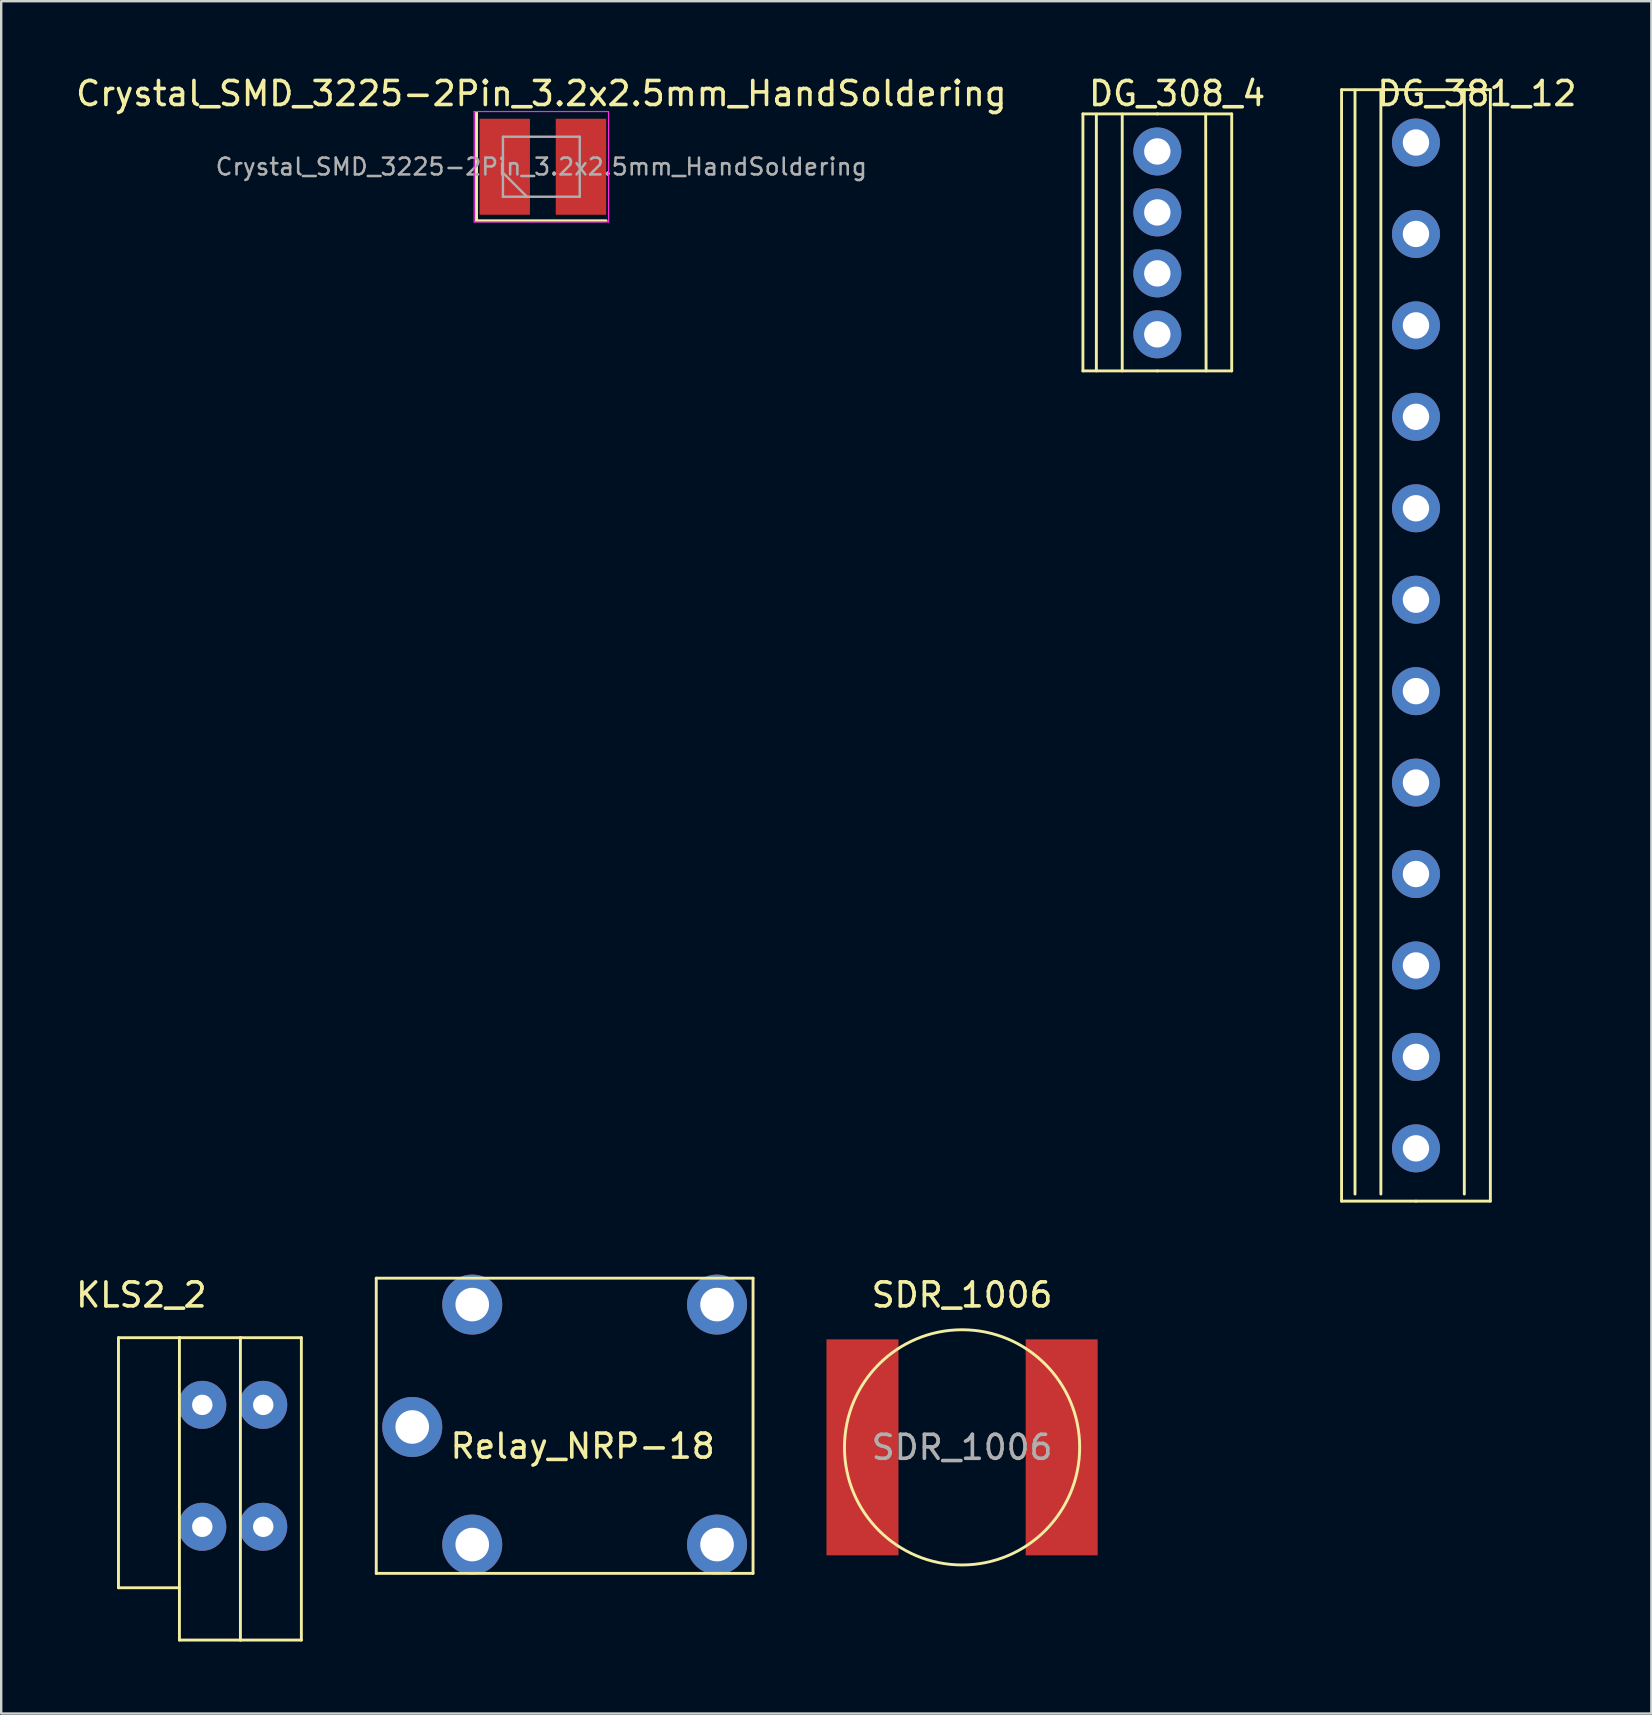
<source format=kicad_pcb>
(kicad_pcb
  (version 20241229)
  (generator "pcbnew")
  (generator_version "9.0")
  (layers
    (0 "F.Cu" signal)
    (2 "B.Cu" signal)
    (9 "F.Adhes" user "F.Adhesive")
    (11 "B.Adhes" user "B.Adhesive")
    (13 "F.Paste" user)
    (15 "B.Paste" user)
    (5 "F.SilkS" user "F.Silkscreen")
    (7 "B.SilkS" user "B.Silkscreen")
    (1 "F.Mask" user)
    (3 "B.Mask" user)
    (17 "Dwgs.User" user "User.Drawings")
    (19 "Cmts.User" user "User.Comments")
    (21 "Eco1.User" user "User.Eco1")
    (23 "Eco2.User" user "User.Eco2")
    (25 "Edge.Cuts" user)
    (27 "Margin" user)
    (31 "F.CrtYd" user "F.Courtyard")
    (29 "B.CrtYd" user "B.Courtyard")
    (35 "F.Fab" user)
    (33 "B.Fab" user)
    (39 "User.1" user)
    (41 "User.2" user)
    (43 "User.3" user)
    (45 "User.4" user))
  (footprint "SDR_1006"
    (layer "F.Cu")
    (at 37.037 57.257)
    (property "Reference" "SDR_1006" (at 0 -6.35 0) (layer "F.SilkS") (effects (font (size 1 1) (thickness 0.15))))
    (attr smd)
    (fp_circle (center 0 0) (end 4.9 0) (stroke (width 0.12) (type solid)) (fill no) (layer "F.SilkS"))
    (fp_text user "${REFERENCE}" (at 0 0 0) (layer "F.Fab") (effects (font (size 1 1) (thickness 0.15))))
    (pad "1" smd rect (at -4.15 0) (size 3 9) (layers "F.Cu" "F.Mask" "F.Paste"))
    (pad "2" smd rect (at 4.15 0) (size 3 9) (layers "F.Cu" "F.Mask" "F.Paste")))
  (footprint "DG_381_12"
    (layer "F.Cu")
    (at 58.489 0.348)
    (property "Reference" "DG_381_12" (at 0 0.5 0) (layer "F.SilkS") (effects (font (size 1 1) (thickness 0.15))))
    (attr through_hole)
    (fp_line (start -5.64 0.34) (end -5.64 46.65) (stroke (width 0.12) (type solid)) (layer "F.SilkS"))
    (fp_line (start -5.08 0.353) (end -5.08 46.355) (stroke (width 0.12) (type solid)) (layer "F.SilkS"))
    (fp_line (start -4.002 0.348) (end -4.002 46.355) (stroke (width 0.12) (type solid)) (layer "F.SilkS"))
    (fp_line (start -2.54 0.34) (end -5.64 0.34) (stroke (width 0.12) (type solid)) (layer "F.SilkS"))
    (fp_line (start -2.54 46.65) (end -5.64 46.65) (stroke (width 0.12) (type solid)) (layer "F.SilkS"))
    (fp_line (start -0.525 0.348) (end -0.525 46.355) (stroke (width 0.12) (type solid)) (layer "F.SilkS"))
    (fp_line (start 0.56 0.34) (end -2.54 0.34) (stroke (width 0.12) (type solid)) (layer "F.SilkS"))
    (fp_line (start 0.56 0.34) (end 0.56 46.65) (stroke (width 0.12) (type solid)) (layer "F.SilkS"))
    (fp_line (start 0.56 46.65) (end -2.54 46.65) (stroke (width 0.12) (type solid)) (layer "F.SilkS"))
    (pad "1" thru_hole circle (at -2.54 2.54) (size 2 2) (drill 1.1) (layers "*.Cu" "*.Mask"))
    (pad "2" thru_hole circle (at -2.54 6.35) (size 2 2) (drill 1.1) (layers "*.Cu" "*.Mask"))
    (pad "3" thru_hole circle (at -2.54 10.16) (size 2 2) (drill 1.1) (layers "*.Cu" "*.Mask"))
    (pad "4" thru_hole circle (at -2.54 13.97) (size 2 2) (drill 1.1) (layers "*.Cu" "*.Mask"))
    (pad "5" thru_hole circle (at -2.54 17.78) (size 2 2) (drill 1.1) (layers "*.Cu" "*.Mask"))
    (pad "6" thru_hole circle (at -2.54 21.59) (size 2 2) (drill 1.1) (layers "*.Cu" "*.Mask"))
    (pad "7" thru_hole circle (at -2.54 25.4) (size 2 2) (drill 1.1) (layers "*.Cu" "*.Mask"))
    (pad "8" thru_hole circle (at -2.54 29.21) (size 2 2) (drill 1.1) (layers "*.Cu" "*.Mask"))
    (pad "9" thru_hole circle (at -2.54 33.02) (size 2 2) (drill 1.1) (layers "*.Cu" "*.Mask"))
    (pad "10" thru_hole circle (at -2.54 36.83) (size 2 2) (drill 1.1) (layers "*.Cu" "*.Mask"))
    (pad "11" thru_hole circle (at -2.54 40.64) (size 2 2) (drill 1.1) (layers "*.Cu" "*.Mask"))
    (pad "12" thru_hole circle (at -2.54 44.45) (size 2 2) (drill 1.1) (layers "*.Cu" "*.Mask")))
  (footprint "KLS2_2"
    (layer "F.Cu")
    (at 2.839 50.407)
    (property "Reference" "KLS2_2" (at 0 0.5 0) (layer "F.SilkS") (effects (font (size 1 1) (thickness 0.15))))
    (attr through_hole)
    (fp_line (start -0.953 2.28) (end -0.953 12.7) (stroke (width 0.12) (type solid)) (layer "F.SilkS"))
    (fp_line (start 1.587 2.28) (end -0.953 2.28) (stroke (width 0.12) (type solid)) (layer "F.SilkS"))
    (fp_line (start 1.587 2.28) (end 1.587 14.88) (stroke (width 0.12) (type solid)) (layer "F.SilkS"))
    (fp_line (start 1.587 12.7) (end -0.953 12.7) (stroke (width 0.12) (type solid)) (layer "F.SilkS"))
    (fp_line (start 4.128 2.28) (end 1.587 2.28) (stroke (width 0.12) (type solid)) (layer "F.SilkS"))
    (fp_line (start 4.128 2.28) (end 4.128 14.88) (stroke (width 0.12) (type solid)) (layer "F.SilkS"))
    (fp_line (start 4.128 14.88) (end 1.587 14.88) (stroke (width 0.12) (type solid)) (layer "F.SilkS"))
    (fp_line (start 6.668 2.28) (end 4.128 2.28) (stroke (width 0.12) (type solid)) (layer "F.SilkS"))
    (fp_line (start 6.668 2.28) (end 6.668 14.88) (stroke (width 0.12) (type solid)) (layer "F.SilkS"))
    (fp_line (start 6.668 14.88) (end 4.128 14.88) (stroke (width 0.12) (type solid)) (layer "F.SilkS"))
    (pad "1" thru_hole circle (at 2.54 5.08) (size 2 2) (drill 0.85) (layers "*.Cu" "*.Mask"))
    (pad "1" thru_hole circle (at 2.54 10.16) (size 2 2) (drill 0.85) (layers "*.Cu" "*.Mask"))
    (pad "2" thru_hole circle (at 5.08 5.08) (size 2 2) (drill 0.85) (layers "*.Cu" "*.Mask"))
    (pad "2" thru_hole circle (at 5.08 10.16) (size 2 2) (drill 0.85) (layers "*.Cu" "*.Mask")))
  (footprint "Relay_NRP-18"
    (layer "F.Cu")
    (at 16.027 51.308)
    (property "Reference" "Relay_NRP-18" (at 5.2 5.9 0) (layer "F.SilkS") (effects (font (size 1 1) (thickness 0.15))))
    (attr through_hole)
    (fp_line (start -3.4 11.2) (end -3.4 -1.1) (stroke (width 0.12) (type solid)) (layer "F.SilkS"))
    (fp_line (start 12.3 -1.1) (end -3.4 -1.1) (stroke (width 0.12) (type solid)) (layer "F.SilkS"))
    (fp_line (start 12.3 11.2) (end -3.4 11.2) (stroke (width 0.12) (type solid)) (layer "F.SilkS"))
    (fp_line (start 12.3 11.2) (end 12.3 -1.1) (stroke (width 0.12) (type solid)) (layer "F.SilkS"))
    (pad "1" thru_hole circle (at -1.9 5.1) (size 2.5 2.5) (drill 1.4) (layers "*.Cu" "*.Mask"))
    (pad "2" thru_hole circle (at 0.6 0) (size 2.5 2.5) (drill 1.4) (layers "*.Cu" "*.Mask"))
    (pad "3" thru_hole circle (at 10.8 10) (size 2.5 2.5) (drill 1.4) (layers "*.Cu" "*.Mask"))
    (pad "4" thru_hole circle (at 10.8 0) (size 2.5 2.5) (drill 1.4) (layers "*.Cu" "*.Mask"))
    (pad "5" thru_hole circle (at 0.6 10) (size 2.5 2.5) (drill 1.4) (layers "*.Cu" "*.Mask")))
  (footprint "Crystal_SMD_3225-2Pin_3.2x2.5mm_HandSoldering"
    (layer "F.Cu")
    (at 19.506 3.898)
    (property "Reference" "Crystal_SMD_3225-2Pin_3.2x2.5mm_HandSoldering" (at 0 -3.05 0) (layer "F.SilkS") (effects (font (size 1 1) (thickness 0.15))))
    (attr smd)
    (fp_line (start -2.7 -2.25) (end -2.7 2.25) (stroke (width 0.12) (type solid)) (layer "F.SilkS"))
    (fp_line (start -2.7 2.25) (end 2.7 2.25) (stroke (width 0.12) (type solid)) (layer "F.SilkS"))
    (fp_line (start -2.8 -2.3) (end -2.8 2.3) (stroke (width 0.05) (type solid)) (layer "F.CrtYd"))
    (fp_line (start -2.8 2.3) (end 2.8 2.3) (stroke (width 0.05) (type solid)) (layer "F.CrtYd"))
    (fp_line (start 2.8 -2.3) (end -2.8 -2.3) (stroke (width 0.05) (type solid)) (layer "F.CrtYd"))
    (fp_line (start 2.8 2.3) (end 2.8 -2.3) (stroke (width 0.05) (type solid)) (layer "F.CrtYd"))
    (fp_line (start -1.6 -1.25) (end -1.6 1.25) (stroke (width 0.1) (type solid)) (layer "F.Fab"))
    (fp_line (start -1.6 0.25) (end -0.6 1.25) (stroke (width 0.1) (type solid)) (layer "F.Fab"))
    (fp_line (start -1.6 1.25) (end 1.6 1.25) (stroke (width 0.1) (type solid)) (layer "F.Fab"))
    (fp_line (start 1.6 -1.25) (end -1.6 -1.25) (stroke (width 0.1) (type solid)) (layer "F.Fab"))
    (fp_line (start 1.6 1.25) (end 1.6 -1.25) (stroke (width 0.1) (type solid)) (layer "F.Fab"))
    (fp_text user "${REFERENCE}" (at 0 0 0) (layer "F.Fab") (effects (font (size 0.7 0.7) (thickness 0.105))))
    (pad "1" smd rect (at -1.524 0) (size 2.1 4) (layers "F.Cu" "F.Mask" "F.Paste"))
    (pad "2" smd rect (at 1.651 0) (size 2.1 4) (layers "F.Cu" "F.Mask" "F.Paste")))
  (footprint "DG_308_4"
    (layer "F.Cu")
    (at 47.712 0.721)
    (property "Reference" "DG_308_4" (at -1.714 0.127 0) (layer "F.SilkS") (effects (font (size 1 1) (thickness 0.15))))
    (attr through_hole)
    (fp_line (start -5.64 0.975) (end -5.64 11.684) (stroke (width 0.12) (type solid)) (layer "F.SilkS"))
    (fp_line (start -5.08 0.988) (end -5.08 11.684) (stroke (width 0.12) (type solid)) (layer "F.SilkS"))
    (fp_line (start -4.002 0.983) (end -4.002 11.684) (stroke (width 0.12) (type solid)) (layer "F.SilkS"))
    (fp_line (start -2.54 0.975) (end -5.64 0.975) (stroke (width 0.12) (type solid)) (layer "F.SilkS"))
    (fp_line (start -2.54 11.684) (end -5.64 11.684) (stroke (width 0.12) (type solid)) (layer "F.SilkS"))
    (fp_line (start -0.525 0.983) (end -0.508 11.684) (stroke (width 0.12) (type solid)) (layer "F.SilkS"))
    (fp_line (start 0.56 0.975) (end -2.54 0.975) (stroke (width 0.12) (type solid)) (layer "F.SilkS"))
    (fp_line (start 0.56 0.975) (end 0.56 11.684) (stroke (width 0.12) (type solid)) (layer "F.SilkS"))
    (fp_line (start 0.56 11.684) (end -2.54 11.684) (stroke (width 0.12) (type solid)) (layer "F.SilkS"))
    (pad "1" thru_hole circle (at -2.54 2.54) (size 2 2) (drill 1.1) (layers "*.Cu" "*.Mask"))
    (pad "2" thru_hole circle (at -2.54 5.08) (size 2 2) (drill 1.1) (layers "*.Cu" "*.Mask"))
    (pad "3" thru_hole circle (at -2.54 7.62) (size 2 2) (drill 1.1) (layers "*.Cu" "*.Mask"))
    (pad "4" thru_hole circle (at -2.54 10.16) (size 2 2) (drill 1.1) (layers "*.Cu" "*.Mask")))
  (gr_rect
    (start -3 -3)
    (end 65.757 68.347)
    (stroke (width 0.1) (type default))
    (fill no)
    (layer "Edge.Cuts")))
</source>
